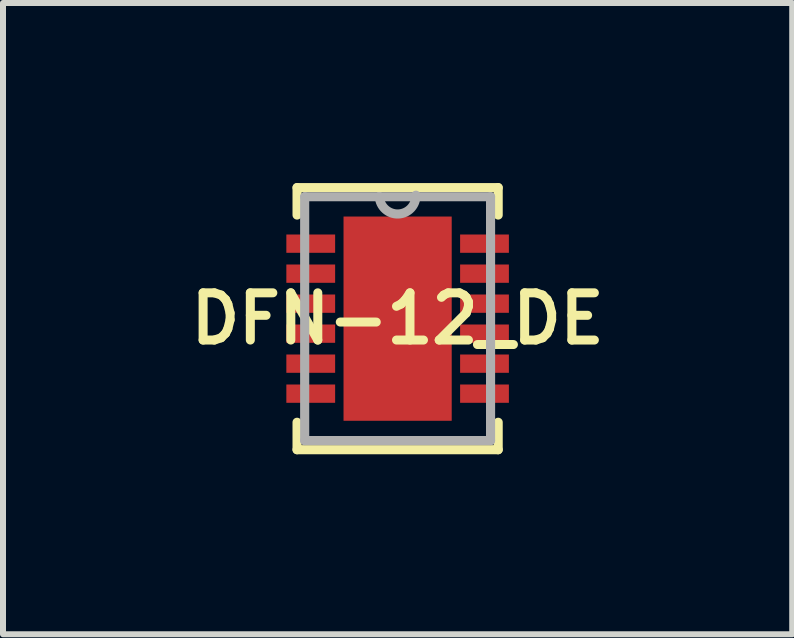
<source format=kicad_pcb>
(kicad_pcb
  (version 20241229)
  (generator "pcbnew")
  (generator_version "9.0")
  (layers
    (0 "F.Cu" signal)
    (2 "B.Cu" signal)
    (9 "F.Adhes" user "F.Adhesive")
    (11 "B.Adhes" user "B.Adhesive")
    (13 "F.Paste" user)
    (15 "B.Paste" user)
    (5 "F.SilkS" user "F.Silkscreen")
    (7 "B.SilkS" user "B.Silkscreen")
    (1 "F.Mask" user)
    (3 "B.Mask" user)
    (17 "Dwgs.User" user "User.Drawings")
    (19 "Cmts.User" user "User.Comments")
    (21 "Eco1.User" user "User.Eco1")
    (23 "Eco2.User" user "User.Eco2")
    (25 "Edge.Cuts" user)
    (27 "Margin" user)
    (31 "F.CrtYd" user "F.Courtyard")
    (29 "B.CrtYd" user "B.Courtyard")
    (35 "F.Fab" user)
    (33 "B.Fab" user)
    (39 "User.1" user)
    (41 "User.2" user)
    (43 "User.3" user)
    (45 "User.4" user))
  (footprint "DFN-12_DE"
    (layer "F.Cu")
    (at 3.577 2.261)
    (property "Reference" "DFN-12_DE" (at 0 0 0) (layer "F.SilkS") (effects (font (size 0.787 0.787) (thickness 0.15))))
    (attr through_hole)
    (fp_line (start -1.676 -2.184) (end -1.676 -1.727) (stroke (width 0.152) (type solid)) (layer "F.SilkS"))
    (fp_line (start -1.676 1.727) (end -1.676 2.184) (stroke (width 0.152) (type solid)) (layer "F.SilkS"))
    (fp_line (start -1.676 2.184) (end 1.676 2.184) (stroke (width 0.152) (type solid)) (layer "F.SilkS"))
    (fp_line (start 1.676 -2.184) (end -1.676 -2.184) (stroke (width 0.152) (type solid)) (layer "F.SilkS"))
    (fp_line (start 1.676 -1.727) (end 1.676 -2.184) (stroke (width 0.152) (type solid)) (layer "F.SilkS"))
    (fp_line (start 1.676 2.184) (end 1.676 1.727) (stroke (width 0.152) (type solid)) (layer "F.SilkS"))
    (fp_poly (pts (xy -0.802 -1.602) (xy -0.802 -0.1) (xy 0.802 -0.1) (xy 0.802 -1.602)) (stroke (width 0.025) (type solid)) (fill yes) (layer "F.Paste"))
    (fp_poly (pts (xy -0.802 0.1) (xy -0.802 1.602) (xy 0.802 1.602) (xy 0.802 0.1)) (stroke (width 0.025) (type solid)) (fill yes) (layer "F.Paste"))
    (fp_line (start -1.549 -2.032) (end -1.549 2.032) (stroke (width 0.152) (type solid)) (layer "F.Fab"))
    (fp_line (start -1.549 2.032) (end 1.549 2.032) (stroke (width 0.152) (type solid)) (layer "F.Fab"))
    (fp_line (start -0.305 -2.032) (end -1.549 -2.032) (stroke (width 0.152) (type solid)) (layer "F.Fab"))
    (fp_line (start 1.549 -2.032) (end -0.305 -2.032) (stroke (width 0.152) (type solid)) (layer "F.Fab"))
    (fp_line (start 1.549 2.032) (end 1.549 -2.032) (stroke (width 0.152) (type solid)) (layer "F.Fab"))
    (fp_arc (start 0.3048 -2.0574) (mid 0.0127 -1.7399) (end -0.3048 -2.032) (stroke (width 0.1524) (type solid)) (layer "F.Fab"))
    (pad "1" smd rect (at -1.448 -1.25) (size 0.813 0.305) (layers "F.Cu" "F.Mask" "F.Paste"))
    (pad "2" smd rect (at -1.448 -0.75) (size 0.813 0.305) (layers "F.Cu" "F.Mask" "F.Paste"))
    (pad "3" smd rect (at -1.448 -0.25) (size 0.813 0.305) (layers "F.Cu" "F.Mask" "F.Paste"))
    (pad "4" smd rect (at -1.448 0.25) (size 0.813 0.305) (layers "F.Cu" "F.Mask" "F.Paste"))
    (pad "5" smd rect (at -1.448 0.75) (size 0.813 0.305) (layers "F.Cu" "F.Mask" "F.Paste"))
    (pad "6" smd rect (at -1.448 1.25) (size 0.813 0.305) (layers "F.Cu" "F.Mask" "F.Paste"))
    (pad "7" smd rect (at 1.448 1.25) (size 0.813 0.305) (layers "F.Cu" "F.Mask" "F.Paste"))
    (pad "8" smd rect (at 1.448 0.75) (size 0.813 0.305) (layers "F.Cu" "F.Mask" "F.Paste"))
    (pad "9" smd rect (at 1.448 0.25) (size 0.813 0.305) (layers "F.Cu" "F.Mask" "F.Paste"))
    (pad "10" smd rect (at 1.448 -0.25) (size 0.813 0.305) (layers "F.Cu" "F.Mask" "F.Paste"))
    (pad "11" smd rect (at 1.448 -0.75) (size 0.813 0.305) (layers "F.Cu" "F.Mask" "F.Paste"))
    (pad "12" smd rect (at 1.448 -1.25) (size 0.813 0.305) (layers "F.Cu" "F.Mask" "F.Paste"))
    (pad "13" smd rect (at 0 0) (size 1.803 3.404) (layers "F.Cu" "F.Mask")))
  (gr_rect
    (start -3 -3)
    (end 10.154 7.521)
    (stroke (width 0.1) (type default))
    (fill no)
    (layer "Edge.Cuts")))
</source>
